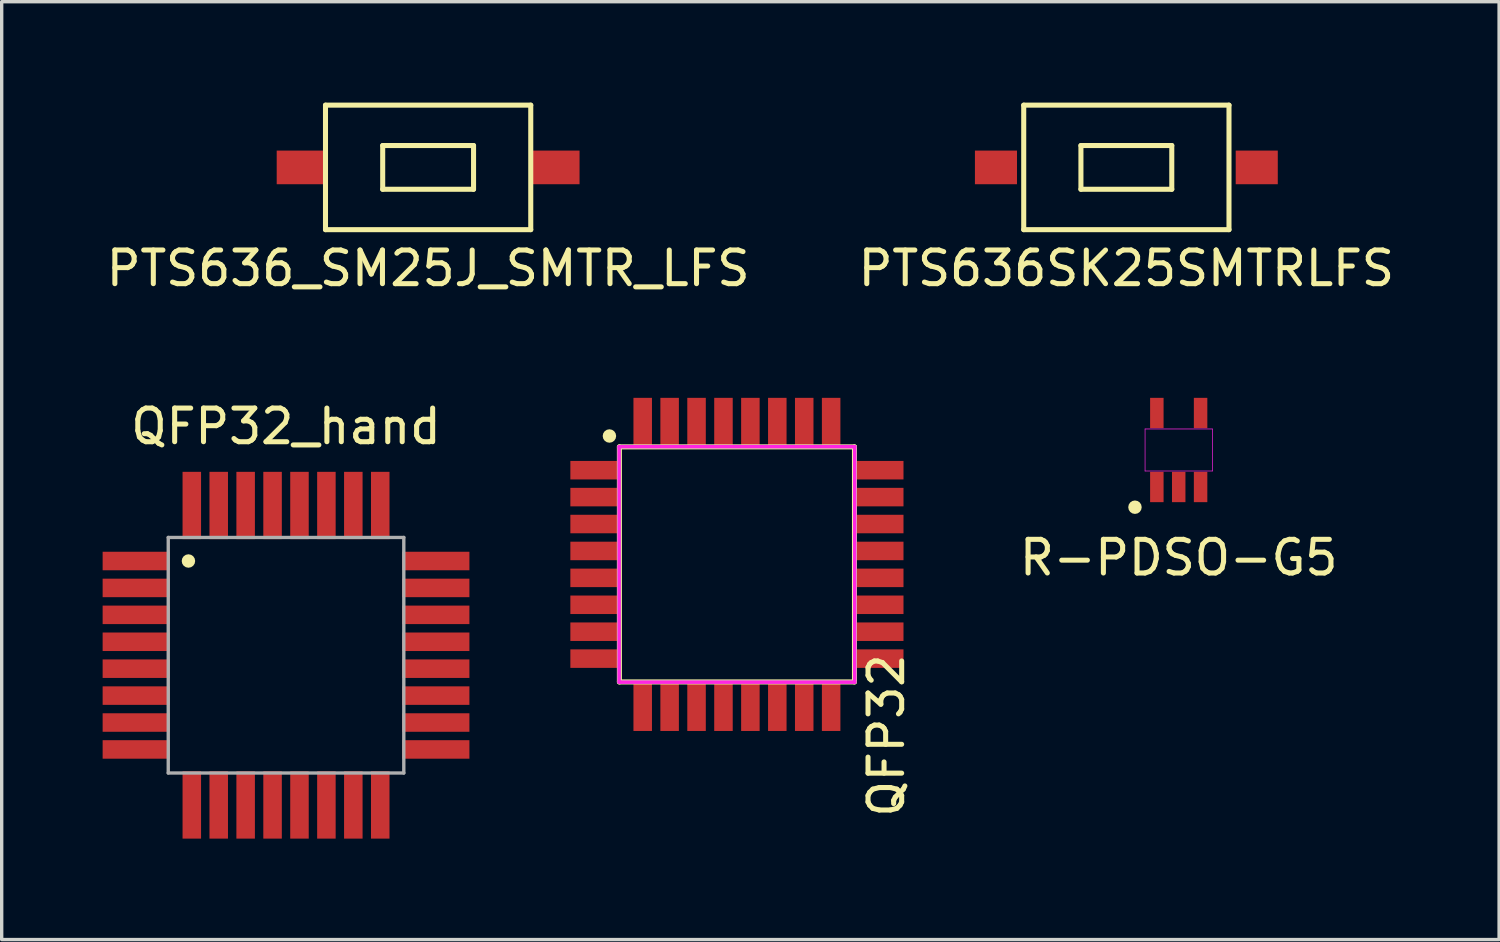
<source format=kicad_pcb>
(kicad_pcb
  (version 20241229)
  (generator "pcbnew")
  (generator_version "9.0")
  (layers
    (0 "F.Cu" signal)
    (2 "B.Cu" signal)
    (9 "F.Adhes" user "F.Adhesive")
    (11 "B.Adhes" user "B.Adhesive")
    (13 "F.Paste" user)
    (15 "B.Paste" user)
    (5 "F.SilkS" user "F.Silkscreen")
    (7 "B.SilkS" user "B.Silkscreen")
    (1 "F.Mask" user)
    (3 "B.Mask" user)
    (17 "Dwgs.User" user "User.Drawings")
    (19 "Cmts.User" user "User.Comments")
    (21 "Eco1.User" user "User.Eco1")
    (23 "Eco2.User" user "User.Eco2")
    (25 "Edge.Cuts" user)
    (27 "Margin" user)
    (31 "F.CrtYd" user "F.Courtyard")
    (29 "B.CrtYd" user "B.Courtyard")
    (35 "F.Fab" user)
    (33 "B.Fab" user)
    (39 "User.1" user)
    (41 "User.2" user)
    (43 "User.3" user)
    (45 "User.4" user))
  (footprint "PTS636SK25SMTRLFS"
    (layer "F.Cu")
    (at 30.423 1.925)
    (property "Reference" "PTS636SK25SMTRLFS" (at 0 3 0) (layer "F.SilkS") (effects (font (size 1 1) (thickness 0.15))))
    (attr through_hole)
    (fp_line (start -3.05 -1.85) (end 3.05 -1.85) (stroke (width 0.15) (type solid)) (layer "F.SilkS"))
    (fp_line (start -3.05 1.85) (end -3.05 -1.85) (stroke (width 0.15) (type solid)) (layer "F.SilkS"))
    (fp_line (start -1.35 -0.65) (end 1.35 -0.65) (stroke (width 0.15) (type solid)) (layer "F.SilkS"))
    (fp_line (start -1.35 0.65) (end -1.35 -0.65) (stroke (width 0.15) (type solid)) (layer "F.SilkS"))
    (fp_line (start 1.35 -0.65) (end 1.35 0.65) (stroke (width 0.15) (type solid)) (layer "F.SilkS"))
    (fp_line (start 1.35 0.65) (end -1.35 0.65) (stroke (width 0.15) (type solid)) (layer "F.SilkS"))
    (fp_line (start 3.05 -1.85) (end 3.05 1.85) (stroke (width 0.15) (type solid)) (layer "F.SilkS"))
    (fp_line (start 3.05 1.85) (end -3.05 1.85) (stroke (width 0.15) (type solid)) (layer "F.SilkS"))
    (pad "1" smd rect (at -3.875 0) (size 1.25 1) (layers "F.Cu" "F.Mask" "F.Paste"))
    (pad "2" smd rect (at 3.875 0) (size 1.25 1) (layers "F.Cu" "F.Mask" "F.Paste")))
  (footprint "R-PDSO-G5"
    (layer "F.Cu")
    (at 31.979 10.323)
    (property "Reference" "R-PDSO-G5" (at 0 3.2 0) (layer "F.SilkS") (effects (font (size 1 1) (thickness 0.15))))
    (attr through_hole)
    (fp_circle (center -1.3 1.7) (end -1.2 1.7) (stroke (width 0.2) (type solid)) (fill no) (layer "F.SilkS"))
    (fp_line (start -1 -0.625) (end 1 -0.625) (stroke (width 0.02) (type solid)) (layer "F.CrtYd"))
    (fp_line (start -1 0.625) (end -1 -0.625) (stroke (width 0.02) (type solid)) (layer "F.CrtYd"))
    (fp_line (start 1 -0.625) (end 1 0.625) (stroke (width 0.02) (type solid)) (layer "F.CrtYd"))
    (fp_line (start 1 0.625) (end -1 0.625) (stroke (width 0.02) (type solid)) (layer "F.CrtYd"))
    (pad "1" smd rect (at -0.65 1.1) (size 0.4 0.9) (layers "F.Cu" "F.Mask" "F.Paste"))
    (pad "2" smd rect (at 0 1.1) (size 0.4 0.9) (layers "F.Cu" "F.Mask" "F.Paste"))
    (pad "3" smd rect (at 0.65 1.1) (size 0.4 0.9) (layers "F.Cu" "F.Mask" "F.Paste"))
    (pad "4" smd rect (at 0.65 -1.1) (size 0.4 0.9) (layers "F.Cu" "F.Mask" "F.Paste"))
    (pad "5" smd rect (at -0.65 -1.1) (size 0.4 0.9) (layers "F.Cu" "F.Mask" "F.Paste")))
  (footprint "PTS636_SM25J_SMTR_LFS"
    (layer "F.Cu")
    (at 9.673 1.925)
    (property "Reference" "PTS636_SM25J_SMTR_LFS" (at 0 3 0) (layer "F.SilkS") (effects (font (size 1 1) (thickness 0.15))))
    (attr through_hole)
    (fp_line (start -3.05 -1.85) (end 3.05 -1.85) (stroke (width 0.15) (type solid)) (layer "F.SilkS"))
    (fp_line (start -3.05 1.85) (end -3.05 -1.85) (stroke (width 0.15) (type solid)) (layer "F.SilkS"))
    (fp_line (start -1.35 -0.65) (end 1.35 -0.65) (stroke (width 0.15) (type solid)) (layer "F.SilkS"))
    (fp_line (start -1.35 0.65) (end -1.35 -0.65) (stroke (width 0.15) (type solid)) (layer "F.SilkS"))
    (fp_line (start 1.35 -0.65) (end 1.35 0.65) (stroke (width 0.15) (type solid)) (layer "F.SilkS"))
    (fp_line (start 1.35 0.65) (end -1.35 0.65) (stroke (width 0.15) (type solid)) (layer "F.SilkS"))
    (fp_line (start 3.05 -1.85) (end 3.05 1.85) (stroke (width 0.15) (type solid)) (layer "F.SilkS"))
    (fp_line (start 3.05 1.85) (end -3.05 1.85) (stroke (width 0.15) (type solid)) (layer "F.SilkS"))
    (pad "1" smd rect (at -3.775 0) (size 1.45 1) (layers "F.Cu" "F.Mask" "F.Paste"))
    (pad "2" smd rect (at 3.775 0) (size 1.45 1) (layers "F.Cu" "F.Mask" "F.Paste")))
  (footprint "QFP32"
    (layer "F.Cu")
    (at 18.85 13.723)
    (property "Reference" "QFP32" (at 4.441 5.084 90) (layer "F.SilkS") (effects (font (size 1 1) (thickness 0.15))))
    (attr smd)
    (fp_line (start -3.493 -3.493) (end 3.493 -3.493) (stroke (width 0.15) (type solid)) (layer "F.SilkS"))
    (fp_line (start -3.493 3.493) (end -3.493 -3.493) (stroke (width 0.15) (type solid)) (layer "F.SilkS"))
    (fp_line (start 3.493 -3.493) (end 3.493 3.493) (stroke (width 0.15) (type solid)) (layer "F.SilkS"))
    (fp_line (start 3.493 3.493) (end -3.493 3.493) (stroke (width 0.15) (type solid)) (layer "F.SilkS"))
    (fp_circle (center -3.789 -3.816) (end -3.789 -3.916) (stroke (width 0.2) (type solid)) (fill no) (layer "F.SilkS"))
    (fp_line (start -3.5 -3.5) (end 3.5 -3.5) (stroke (width 0.1) (type solid)) (layer "F.CrtYd"))
    (fp_line (start -3.5 3.5) (end -3.5 -3.5) (stroke (width 0.1) (type solid)) (layer "F.CrtYd"))
    (fp_line (start 3.5 -3.5) (end 3.5 3.5) (stroke (width 0.1) (type solid)) (layer "F.CrtYd"))
    (fp_line (start 3.5 3.5) (end -3.5 3.5) (stroke (width 0.1) (type solid)) (layer "F.CrtYd"))
    (fp_line (start -3.5 -3.5) (end 3.5 -3.5) (stroke (width 0.1) (type solid)) (layer "F.Fab"))
    (fp_line (start -3.5 3.5) (end -3.5 -3.5) (stroke (width 0.1) (type solid)) (layer "F.Fab"))
    (fp_line (start 3.5 -3.5) (end 3.5 3.5) (stroke (width 0.1) (type solid)) (layer "F.Fab"))
    (fp_line (start 3.5 3.5) (end -3.5 3.5) (stroke (width 0.1) (type solid)) (layer "F.Fab"))
    (pad "1" smd rect (at -4.2 -2.8) (size 1.5 0.55) (layers "F.Cu" "F.Mask" "F.Paste"))
    (pad "2" smd rect (at -4.2 -2) (size 1.5 0.55) (layers "F.Cu" "F.Mask" "F.Paste"))
    (pad "3" smd rect (at -4.2 -1.2) (size 1.5 0.55) (layers "F.Cu" "F.Mask" "F.Paste"))
    (pad "4" smd rect (at -4.2 -0.4) (size 1.5 0.55) (layers "F.Cu" "F.Mask" "F.Paste"))
    (pad "5" smd rect (at -4.2 0.4) (size 1.5 0.55) (layers "F.Cu" "F.Mask" "F.Paste"))
    (pad "6" smd rect (at -4.2 1.2) (size 1.5 0.55) (layers "F.Cu" "F.Mask" "F.Paste"))
    (pad "7" smd rect (at -4.2 2) (size 1.5 0.55) (layers "F.Cu" "F.Mask" "F.Paste"))
    (pad "8" smd rect (at -4.2 2.8) (size 1.5 0.55) (layers "F.Cu" "F.Mask" "F.Paste"))
    (pad "9" smd rect (at -2.8 4.2) (size 0.55 1.5) (layers "F.Cu" "F.Mask" "F.Paste"))
    (pad "10" smd rect (at -2 4.2) (size 0.55 1.5) (layers "F.Cu" "F.Mask" "F.Paste"))
    (pad "11" smd rect (at -1.2 4.2) (size 0.55 1.5) (layers "F.Cu" "F.Mask" "F.Paste"))
    (pad "12" smd rect (at -0.4 4.2) (size 0.55 1.5) (layers "F.Cu" "F.Mask" "F.Paste"))
    (pad "13" smd rect (at 0.4 4.2) (size 0.55 1.5) (layers "F.Cu" "F.Mask" "F.Paste"))
    (pad "14" smd rect (at 1.2 4.2) (size 0.55 1.5) (layers "F.Cu" "F.Mask" "F.Paste"))
    (pad "15" smd rect (at 2 4.2) (size 0.55 1.5) (layers "F.Cu" "F.Mask" "F.Paste"))
    (pad "16" smd rect (at 2.8 4.2) (size 0.55 1.5) (layers "F.Cu" "F.Mask" "F.Paste"))
    (pad "17" smd rect (at 4.2 2.8) (size 1.5 0.55) (layers "F.Cu" "F.Mask" "F.Paste"))
    (pad "18" smd rect (at 4.2 2) (size 1.5 0.55) (layers "F.Cu" "F.Mask" "F.Paste"))
    (pad "19" smd rect (at 4.2 1.2) (size 1.5 0.55) (layers "F.Cu" "F.Mask" "F.Paste"))
    (pad "20" smd rect (at 4.2 0.4) (size 1.5 0.55) (layers "F.Cu" "F.Mask" "F.Paste"))
    (pad "21" smd rect (at 4.2 -0.4) (size 1.5 0.55) (layers "F.Cu" "F.Mask" "F.Paste"))
    (pad "22" smd rect (at 4.2 -1.2) (size 1.5 0.55) (layers "F.Cu" "F.Mask" "F.Paste"))
    (pad "23" smd rect (at 4.2 -2) (size 1.5 0.55) (layers "F.Cu" "F.Mask" "F.Paste"))
    (pad "24" smd rect (at 4.2 -2.8) (size 1.5 0.55) (layers "F.Cu" "F.Mask" "F.Paste"))
    (pad "25" smd rect (at 2.8 -4.2) (size 0.55 1.5) (layers "F.Cu" "F.Mask" "F.Paste"))
    (pad "26" smd rect (at 2 -4.2) (size 0.55 1.5) (layers "F.Cu" "F.Mask" "F.Paste"))
    (pad "27" smd rect (at 1.2 -4.2) (size 0.55 1.5) (layers "F.Cu" "F.Mask" "F.Paste"))
    (pad "28" smd rect (at 0.4 -4.2) (size 0.55 1.5) (layers "F.Cu" "F.Mask" "F.Paste"))
    (pad "29" smd rect (at -0.4 -4.2) (size 0.55 1.5) (layers "F.Cu" "F.Mask" "F.Paste"))
    (pad "30" smd rect (at -1.2 -4.2) (size 0.55 1.5) (layers "F.Cu" "F.Mask" "F.Paste"))
    (pad "31" smd rect (at -2 -4.2) (size 0.55 1.5) (layers "F.Cu" "F.Mask" "F.Paste"))
    (pad "32" smd rect (at -2.8 -4.2) (size 0.55 1.5) (layers "F.Cu" "F.Mask" "F.Paste")))
  (footprint "QFP32_hand"
    (layer "F.Cu")
    (at 5.45 16.422)
    (property "Reference" "QFP32_hand" (at 0 -6.8 0) (layer "F.SilkS") (effects (font (size 1 1) (thickness 0.15))))
    (attr through_hole)
    (fp_circle (center -2.9 -2.8) (end -2.9 -2.9) (stroke (width 0.2) (type solid)) (fill no) (layer "F.SilkS"))
    (fp_line (start -3.5 -3.5) (end 3.5 -3.5) (stroke (width 0.1) (type solid)) (layer "F.Fab"))
    (fp_line (start -3.5 3.5) (end -3.5 -3.5) (stroke (width 0.1) (type solid)) (layer "F.Fab"))
    (fp_line (start 3.5 -3.5) (end 3.5 3.5) (stroke (width 0.1) (type solid)) (layer "F.Fab"))
    (fp_line (start 3.5 3.5) (end -3.5 3.5) (stroke (width 0.1) (type solid)) (layer "F.Fab"))
    (pad "1" smd rect (at -4.45 -2.8) (size 2 0.55) (layers "F.Cu" "F.Mask" "F.Paste"))
    (pad "2" smd rect (at -4.45 -2) (size 2 0.55) (layers "F.Cu" "F.Mask" "F.Paste"))
    (pad "3" smd rect (at -4.45 -1.2) (size 2 0.55) (layers "F.Cu" "F.Mask" "F.Paste"))
    (pad "4" smd rect (at -4.45 -0.4) (size 2 0.55) (layers "F.Cu" "F.Mask" "F.Paste"))
    (pad "5" smd rect (at -4.45 0.4) (size 2 0.55) (layers "F.Cu" "F.Mask" "F.Paste"))
    (pad "6" smd rect (at -4.45 1.2) (size 2 0.55) (layers "F.Cu" "F.Mask" "F.Paste"))
    (pad "7" smd rect (at -4.45 2) (size 2 0.55) (layers "F.Cu" "F.Mask" "F.Paste"))
    (pad "8" smd rect (at -4.45 2.8) (size 2 0.55) (layers "F.Cu" "F.Mask" "F.Paste"))
    (pad "9" smd rect (at -2.8 4.45) (size 0.55 2) (layers "F.Cu" "F.Mask" "F.Paste"))
    (pad "10" smd rect (at -2 4.45) (size 0.55 2) (layers "F.Cu" "F.Mask" "F.Paste"))
    (pad "11" smd rect (at -1.2 4.45) (size 0.55 2) (layers "F.Cu" "F.Mask" "F.Paste"))
    (pad "12" smd rect (at -0.4 4.45) (size 0.55 2) (layers "F.Cu" "F.Mask" "F.Paste"))
    (pad "13" smd rect (at 0.4 4.45) (size 0.55 2) (layers "F.Cu" "F.Mask" "F.Paste"))
    (pad "14" smd rect (at 1.2 4.45) (size 0.55 2) (layers "F.Cu" "F.Mask" "F.Paste"))
    (pad "15" smd rect (at 2 4.45) (size 0.55 2) (layers "F.Cu" "F.Mask" "F.Paste"))
    (pad "16" smd rect (at 2.8 4.45) (size 0.55 2) (layers "F.Cu" "F.Mask" "F.Paste"))
    (pad "17" smd rect (at 4.45 2.8) (size 2 0.55) (layers "F.Cu" "F.Mask" "F.Paste"))
    (pad "18" smd rect (at 4.45 2) (size 2 0.55) (layers "F.Cu" "F.Mask" "F.Paste"))
    (pad "19" smd rect (at 4.45 1.2) (size 2 0.55) (layers "F.Cu" "F.Mask" "F.Paste"))
    (pad "20" smd rect (at 4.45 0.4) (size 2 0.55) (layers "F.Cu" "F.Mask" "F.Paste"))
    (pad "21" smd rect (at 4.45 -0.4) (size 2 0.55) (layers "F.Cu" "F.Mask" "F.Paste"))
    (pad "22" smd rect (at 4.45 -1.2) (size 2 0.55) (layers "F.Cu" "F.Mask" "F.Paste"))
    (pad "23" smd rect (at 4.45 -2) (size 2 0.55) (layers "F.Cu" "F.Mask" "F.Paste"))
    (pad "24" smd rect (at 4.45 -2.8) (size 2 0.55) (layers "F.Cu" "F.Mask" "F.Paste"))
    (pad "25" smd rect (at 2.8 -4.45) (size 0.55 2) (layers "F.Cu" "F.Mask" "F.Paste"))
    (pad "26" smd rect (at 2 -4.45) (size 0.55 2) (layers "F.Cu" "F.Mask" "F.Paste"))
    (pad "27" smd rect (at 1.2 -4.45) (size 0.55 2) (layers "F.Cu" "F.Mask" "F.Paste"))
    (pad "28" smd rect (at 0.4 -4.45) (size 0.55 2) (layers "F.Cu" "F.Mask" "F.Paste"))
    (pad "29" smd rect (at -0.4 -4.45) (size 0.55 2) (layers "F.Cu" "F.Mask" "F.Paste"))
    (pad "30" smd rect (at -1.2 -4.45) (size 0.55 2) (layers "F.Cu" "F.Mask" "F.Paste"))
    (pad "31" smd rect (at -2 -4.45) (size 0.55 2) (layers "F.Cu" "F.Mask" "F.Paste"))
    (pad "32" smd rect (at -2.8 -4.45) (size 0.55 2) (layers "F.Cu" "F.Mask" "F.Paste")))
  (gr_rect
    (start -3 -3)
    (end 41.5 24.872)
    (stroke (width 0.1) (type default))
    (fill no)
    (layer "Edge.Cuts")))
</source>
